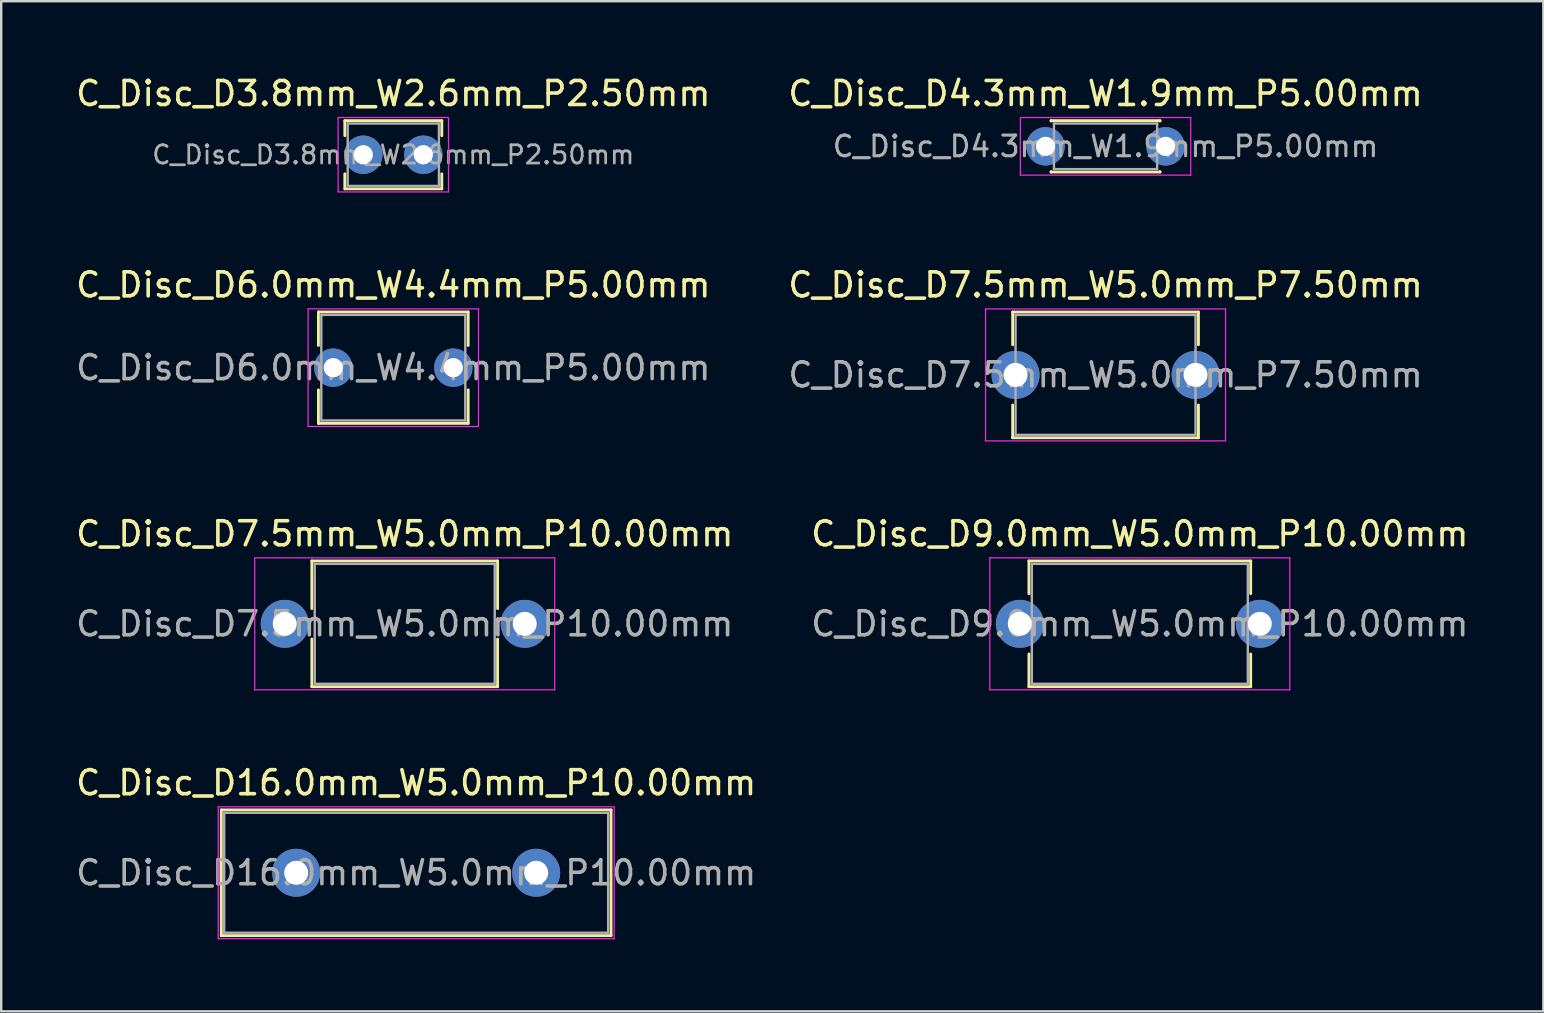
<source format=kicad_pcb>
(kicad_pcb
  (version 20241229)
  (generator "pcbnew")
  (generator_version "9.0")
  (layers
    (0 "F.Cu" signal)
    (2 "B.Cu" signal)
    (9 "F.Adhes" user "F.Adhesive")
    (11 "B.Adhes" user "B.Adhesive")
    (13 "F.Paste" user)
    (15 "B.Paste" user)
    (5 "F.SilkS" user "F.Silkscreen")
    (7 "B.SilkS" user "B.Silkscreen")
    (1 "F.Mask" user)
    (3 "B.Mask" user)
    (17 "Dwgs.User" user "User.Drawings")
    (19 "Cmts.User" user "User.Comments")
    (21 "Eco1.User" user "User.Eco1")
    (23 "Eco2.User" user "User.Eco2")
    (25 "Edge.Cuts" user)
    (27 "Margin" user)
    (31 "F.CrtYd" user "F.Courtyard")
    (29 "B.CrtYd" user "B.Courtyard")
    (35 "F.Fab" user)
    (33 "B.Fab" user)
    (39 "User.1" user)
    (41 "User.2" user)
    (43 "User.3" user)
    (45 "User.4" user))
  (footprint "C_Disc_D7.5mm_W5.0mm_P10.00mm"
    (layer "F.Cu")
    (at 8.815 22.945)
    (property "Reference" "C_Disc_D7.5mm_W5.0mm_P10.00mm" (at 5 -3.75 0) (layer "F.SilkS") (effects (font (size 1 1) (thickness 0.15))))
    (attr through_hole)
    (fp_line (start 1.13 -2.62) (end 1.13 -0.636) (stroke (width 0.12) (type solid)) (layer "F.SilkS"))
    (fp_line (start 1.13 -2.62) (end 8.87 -2.62) (stroke (width 0.12) (type solid)) (layer "F.SilkS"))
    (fp_line (start 1.13 0.636) (end 1.13 2.62) (stroke (width 0.12) (type solid)) (layer "F.SilkS"))
    (fp_line (start 1.13 2.62) (end 8.87 2.62) (stroke (width 0.12) (type solid)) (layer "F.SilkS"))
    (fp_line (start 8.87 -2.62) (end 8.87 -0.636) (stroke (width 0.12) (type solid)) (layer "F.SilkS"))
    (fp_line (start 8.87 0.636) (end 8.87 2.62) (stroke (width 0.12) (type solid)) (layer "F.SilkS"))
    (fp_line (start -1.25 -2.75) (end -1.25 2.75) (stroke (width 0.05) (type solid)) (layer "F.CrtYd"))
    (fp_line (start -1.25 2.75) (end 11.25 2.75) (stroke (width 0.05) (type solid)) (layer "F.CrtYd"))
    (fp_line (start 11.25 -2.75) (end -1.25 -2.75) (stroke (width 0.05) (type solid)) (layer "F.CrtYd"))
    (fp_line (start 11.25 2.75) (end 11.25 -2.75) (stroke (width 0.05) (type solid)) (layer "F.CrtYd"))
    (fp_line (start 1.25 -2.5) (end 1.25 2.5) (stroke (width 0.1) (type solid)) (layer "F.Fab"))
    (fp_line (start 1.25 2.5) (end 8.75 2.5) (stroke (width 0.1) (type solid)) (layer "F.Fab"))
    (fp_line (start 8.75 -2.5) (end 1.25 -2.5) (stroke (width 0.1) (type solid)) (layer "F.Fab"))
    (fp_line (start 8.75 2.5) (end 8.75 -2.5) (stroke (width 0.1) (type solid)) (layer "F.Fab"))
    (fp_text user "${REFERENCE}" (at 5 0 0) (layer "F.Fab") (effects (font (size 1 1) (thickness 0.15))))
    (pad "1" thru_hole circle (at 0 0) (size 2 2) (drill 1) (layers "*.Cu" "*.Mask"))
    (pad "2" thru_hole circle (at 10 0) (size 2 2) (drill 1) (layers "*.Cu" "*.Mask")))
  (footprint "C_Disc_D7.5mm_W5.0mm_P7.50mm"
    (layer "F.Cu")
    (at 39.268 12.572)
    (property "Reference" "C_Disc_D7.5mm_W5.0mm_P7.50mm" (at 3.75 -3.75 0) (layer "F.SilkS") (effects (font (size 1 1) (thickness 0.15))))
    (attr through_hole)
    (fp_line (start -0.12 -2.62) (end -0.12 -1.256) (stroke (width 0.12) (type solid)) (layer "F.SilkS"))
    (fp_line (start -0.12 -2.62) (end 7.62 -2.62) (stroke (width 0.12) (type solid)) (layer "F.SilkS"))
    (fp_line (start -0.12 1.256) (end -0.12 2.62) (stroke (width 0.12) (type solid)) (layer "F.SilkS"))
    (fp_line (start -0.12 2.62) (end 7.62 2.62) (stroke (width 0.12) (type solid)) (layer "F.SilkS"))
    (fp_line (start 7.62 -2.62) (end 7.62 -1.256) (stroke (width 0.12) (type solid)) (layer "F.SilkS"))
    (fp_line (start 7.62 1.256) (end 7.62 2.62) (stroke (width 0.12) (type solid)) (layer "F.SilkS"))
    (fp_line (start -1.25 -2.75) (end -1.25 2.75) (stroke (width 0.05) (type solid)) (layer "F.CrtYd"))
    (fp_line (start -1.25 2.75) (end 8.75 2.75) (stroke (width 0.05) (type solid)) (layer "F.CrtYd"))
    (fp_line (start 8.75 -2.75) (end -1.25 -2.75) (stroke (width 0.05) (type solid)) (layer "F.CrtYd"))
    (fp_line (start 8.75 2.75) (end 8.75 -2.75) (stroke (width 0.05) (type solid)) (layer "F.CrtYd"))
    (fp_line (start 0 -2.5) (end 0 2.5) (stroke (width 0.1) (type solid)) (layer "F.Fab"))
    (fp_line (start 0 2.5) (end 7.5 2.5) (stroke (width 0.1) (type solid)) (layer "F.Fab"))
    (fp_line (start 7.5 -2.5) (end 0 -2.5) (stroke (width 0.1) (type solid)) (layer "F.Fab"))
    (fp_line (start 7.5 2.5) (end 7.5 -2.5) (stroke (width 0.1) (type solid)) (layer "F.Fab"))
    (fp_text user "${REFERENCE}" (at 3.75 0 0) (layer "F.Fab") (effects (font (size 1 1) (thickness 0.15))))
    (pad "1" thru_hole circle (at 0 0) (size 2 2) (drill 1) (layers "*.Cu" "*.Mask"))
    (pad "2" thru_hole circle (at 7.5 0) (size 2 2) (drill 1) (layers "*.Cu" "*.Mask")))
  (footprint "C_Disc_D9.0mm_W5.0mm_P10.00mm"
    (layer "F.Cu")
    (at 39.446 22.945)
    (property "Reference" "C_Disc_D9.0mm_W5.0mm_P10.00mm" (at 5 -3.75 0) (layer "F.SilkS") (effects (font (size 1 1) (thickness 0.15))))
    (attr through_hole)
    (fp_line (start 0.38 -2.62) (end 0.38 -1.256) (stroke (width 0.12) (type solid)) (layer "F.SilkS"))
    (fp_line (start 0.38 -2.62) (end 9.62 -2.62) (stroke (width 0.12) (type solid)) (layer "F.SilkS"))
    (fp_line (start 0.38 1.256) (end 0.38 2.62) (stroke (width 0.12) (type solid)) (layer "F.SilkS"))
    (fp_line (start 0.38 2.62) (end 9.62 2.62) (stroke (width 0.12) (type solid)) (layer "F.SilkS"))
    (fp_line (start 9.62 -2.62) (end 9.62 -1.256) (stroke (width 0.12) (type solid)) (layer "F.SilkS"))
    (fp_line (start 9.62 1.256) (end 9.62 2.62) (stroke (width 0.12) (type solid)) (layer "F.SilkS"))
    (fp_line (start -1.25 -2.75) (end -1.25 2.75) (stroke (width 0.05) (type solid)) (layer "F.CrtYd"))
    (fp_line (start -1.25 2.75) (end 11.25 2.75) (stroke (width 0.05) (type solid)) (layer "F.CrtYd"))
    (fp_line (start 11.25 -2.75) (end -1.25 -2.75) (stroke (width 0.05) (type solid)) (layer "F.CrtYd"))
    (fp_line (start 11.25 2.75) (end 11.25 -2.75) (stroke (width 0.05) (type solid)) (layer "F.CrtYd"))
    (fp_line (start 0.5 -2.5) (end 0.5 2.5) (stroke (width 0.1) (type solid)) (layer "F.Fab"))
    (fp_line (start 0.5 2.5) (end 9.5 2.5) (stroke (width 0.1) (type solid)) (layer "F.Fab"))
    (fp_line (start 9.5 -2.5) (end 0.5 -2.5) (stroke (width 0.1) (type solid)) (layer "F.Fab"))
    (fp_line (start 9.5 2.5) (end 9.5 -2.5) (stroke (width 0.1) (type solid)) (layer "F.Fab"))
    (fp_text user "${REFERENCE}" (at 5 0 0) (layer "F.Fab") (effects (font (size 1 1) (thickness 0.15))))
    (pad "1" thru_hole circle (at 0 0) (size 2 2) (drill 1) (layers "*.Cu" "*.Mask"))
    (pad "2" thru_hole circle (at 10 0) (size 2 2) (drill 1) (layers "*.Cu" "*.Mask")))
  (footprint "C_Disc_D3.8mm_W2.6mm_P2.50mm"
    (layer "F.Cu")
    (at 12.089 3.398)
    (property "Reference" "C_Disc_D3.8mm_W2.6mm_P2.50mm" (at 1.25 -2.55 0) (layer "F.SilkS") (effects (font (size 1 1) (thickness 0.15))))
    (attr through_hole)
    (fp_line (start -0.77 -1.42) (end -0.77 -0.795) (stroke (width 0.12) (type solid)) (layer "F.SilkS"))
    (fp_line (start -0.77 -1.42) (end 3.27 -1.42) (stroke (width 0.12) (type solid)) (layer "F.SilkS"))
    (fp_line (start -0.77 0.795) (end -0.77 1.42) (stroke (width 0.12) (type solid)) (layer "F.SilkS"))
    (fp_line (start -0.77 1.42) (end 3.27 1.42) (stroke (width 0.12) (type solid)) (layer "F.SilkS"))
    (fp_line (start 3.27 -1.42) (end 3.27 -0.795) (stroke (width 0.12) (type solid)) (layer "F.SilkS"))
    (fp_line (start 3.27 0.795) (end 3.27 1.42) (stroke (width 0.12) (type solid)) (layer "F.SilkS"))
    (fp_line (start -1.05 -1.55) (end -1.05 1.55) (stroke (width 0.05) (type solid)) (layer "F.CrtYd"))
    (fp_line (start -1.05 1.55) (end 3.55 1.55) (stroke (width 0.05) (type solid)) (layer "F.CrtYd"))
    (fp_line (start 3.55 -1.55) (end -1.05 -1.55) (stroke (width 0.05) (type solid)) (layer "F.CrtYd"))
    (fp_line (start 3.55 1.55) (end 3.55 -1.55) (stroke (width 0.05) (type solid)) (layer "F.CrtYd"))
    (fp_line (start -0.65 -1.3) (end -0.65 1.3) (stroke (width 0.1) (type solid)) (layer "F.Fab"))
    (fp_line (start -0.65 1.3) (end 3.15 1.3) (stroke (width 0.1) (type solid)) (layer "F.Fab"))
    (fp_line (start 3.15 -1.3) (end -0.65 -1.3) (stroke (width 0.1) (type solid)) (layer "F.Fab"))
    (fp_line (start 3.15 1.3) (end 3.15 -1.3) (stroke (width 0.1) (type solid)) (layer "F.Fab"))
    (fp_text user "${REFERENCE}" (at 1.25 0 0) (layer "F.Fab") (effects (font (size 0.76 0.76) (thickness 0.114))))
    (pad "1" thru_hole circle (at 0 0) (size 1.6 1.6) (drill 0.8) (layers "*.Cu" "*.Mask"))
    (pad "2" thru_hole circle (at 2.5 0) (size 1.6 1.6) (drill 0.8) (layers "*.Cu" "*.Mask")))
  (footprint "C_Disc_D4.3mm_W1.9mm_P5.00mm"
    (layer "F.Cu")
    (at 40.518 3.048)
    (property "Reference" "C_Disc_D4.3mm_W1.9mm_P5.00mm" (at 2.5 -2.2 0) (layer "F.SilkS") (effects (font (size 1 1) (thickness 0.15))))
    (attr through_hole)
    (fp_line (start 0.23 -1.07) (end 0.23 -1.055) (stroke (width 0.12) (type solid)) (layer "F.SilkS"))
    (fp_line (start 0.23 -1.07) (end 4.77 -1.07) (stroke (width 0.12) (type solid)) (layer "F.SilkS"))
    (fp_line (start 0.23 1.055) (end 0.23 1.07) (stroke (width 0.12) (type solid)) (layer "F.SilkS"))
    (fp_line (start 0.23 1.07) (end 4.77 1.07) (stroke (width 0.12) (type solid)) (layer "F.SilkS"))
    (fp_line (start 4.77 -1.07) (end 4.77 -1.055) (stroke (width 0.12) (type solid)) (layer "F.SilkS"))
    (fp_line (start 4.77 1.055) (end 4.77 1.07) (stroke (width 0.12) (type solid)) (layer "F.SilkS"))
    (fp_line (start -1.05 -1.2) (end -1.05 1.2) (stroke (width 0.05) (type solid)) (layer "F.CrtYd"))
    (fp_line (start -1.05 1.2) (end 6.05 1.2) (stroke (width 0.05) (type solid)) (layer "F.CrtYd"))
    (fp_line (start 6.05 -1.2) (end -1.05 -1.2) (stroke (width 0.05) (type solid)) (layer "F.CrtYd"))
    (fp_line (start 6.05 1.2) (end 6.05 -1.2) (stroke (width 0.05) (type solid)) (layer "F.CrtYd"))
    (fp_line (start 0.35 -0.95) (end 0.35 0.95) (stroke (width 0.1) (type solid)) (layer "F.Fab"))
    (fp_line (start 0.35 0.95) (end 4.65 0.95) (stroke (width 0.1) (type solid)) (layer "F.Fab"))
    (fp_line (start 4.65 -0.95) (end 0.35 -0.95) (stroke (width 0.1) (type solid)) (layer "F.Fab"))
    (fp_line (start 4.65 0.95) (end 4.65 -0.95) (stroke (width 0.1) (type solid)) (layer "F.Fab"))
    (fp_text user "${REFERENCE}" (at 2.5 0 0) (layer "F.Fab") (effects (font (size 0.86 0.86) (thickness 0.129))))
    (pad "1" thru_hole circle (at 0 0) (size 1.6 1.6) (drill 0.8) (layers "*.Cu" "*.Mask"))
    (pad "2" thru_hole circle (at 5 0) (size 1.6 1.6) (drill 0.8) (layers "*.Cu" "*.Mask")))
  (footprint "C_Disc_D6.0mm_W4.4mm_P5.00mm"
    (layer "F.Cu")
    (at 10.839 12.271)
    (property "Reference" "C_Disc_D6.0mm_W4.4mm_P5.00mm" (at 2.5 -3.45 0) (layer "F.SilkS") (effects (font (size 1 1) (thickness 0.15))))
    (attr through_hole)
    (fp_line (start -0.62 -2.321) (end -0.62 -0.925) (stroke (width 0.12) (type solid)) (layer "F.SilkS"))
    (fp_line (start -0.62 -2.321) (end 5.62 -2.321) (stroke (width 0.12) (type solid)) (layer "F.SilkS"))
    (fp_line (start -0.62 0.925) (end -0.62 2.321) (stroke (width 0.12) (type solid)) (layer "F.SilkS"))
    (fp_line (start -0.62 2.321) (end 5.62 2.321) (stroke (width 0.12) (type solid)) (layer "F.SilkS"))
    (fp_line (start 5.62 -2.321) (end 5.62 -0.925) (stroke (width 0.12) (type solid)) (layer "F.SilkS"))
    (fp_line (start 5.62 0.925) (end 5.62 2.321) (stroke (width 0.12) (type solid)) (layer "F.SilkS"))
    (fp_line (start -1.05 -2.45) (end -1.05 2.45) (stroke (width 0.05) (type solid)) (layer "F.CrtYd"))
    (fp_line (start -1.05 2.45) (end 6.05 2.45) (stroke (width 0.05) (type solid)) (layer "F.CrtYd"))
    (fp_line (start 6.05 -2.45) (end -1.05 -2.45) (stroke (width 0.05) (type solid)) (layer "F.CrtYd"))
    (fp_line (start 6.05 2.45) (end 6.05 -2.45) (stroke (width 0.05) (type solid)) (layer "F.CrtYd"))
    (fp_line (start -0.5 -2.2) (end -0.5 2.2) (stroke (width 0.1) (type solid)) (layer "F.Fab"))
    (fp_line (start -0.5 2.2) (end 5.5 2.2) (stroke (width 0.1) (type solid)) (layer "F.Fab"))
    (fp_line (start 5.5 -2.2) (end -0.5 -2.2) (stroke (width 0.1) (type solid)) (layer "F.Fab"))
    (fp_line (start 5.5 2.2) (end 5.5 -2.2) (stroke (width 0.1) (type solid)) (layer "F.Fab"))
    (fp_text user "${REFERENCE}" (at 2.5 0 0) (layer "F.Fab") (effects (font (size 1 1) (thickness 0.15))))
    (pad "1" thru_hole circle (at 0 0) (size 1.6 1.6) (drill 0.8) (layers "*.Cu" "*.Mask"))
    (pad "2" thru_hole circle (at 5 0) (size 1.6 1.6) (drill 0.8) (layers "*.Cu" "*.Mask")))
  (footprint "C_Disc_D16.0mm_W5.0mm_P10.00mm"
    (layer "F.Cu")
    (at 9.292 33.318)
    (property "Reference" "C_Disc_D16.0mm_W5.0mm_P10.00mm" (at 5 -3.75 0) (layer "F.SilkS") (effects (font (size 1 1) (thickness 0.15))))
    (attr through_hole)
    (fp_line (start -3.12 -2.62) (end -3.12 2.62) (stroke (width 0.12) (type solid)) (layer "F.SilkS"))
    (fp_line (start -3.12 -2.62) (end 13.12 -2.62) (stroke (width 0.12) (type solid)) (layer "F.SilkS"))
    (fp_line (start -3.12 2.62) (end 13.12 2.62) (stroke (width 0.12) (type solid)) (layer "F.SilkS"))
    (fp_line (start 13.12 -2.62) (end 13.12 2.62) (stroke (width 0.12) (type solid)) (layer "F.SilkS"))
    (fp_line (start -3.25 -2.75) (end -3.25 2.75) (stroke (width 0.05) (type solid)) (layer "F.CrtYd"))
    (fp_line (start -3.25 2.75) (end 13.25 2.75) (stroke (width 0.05) (type solid)) (layer "F.CrtYd"))
    (fp_line (start 13.25 -2.75) (end -3.25 -2.75) (stroke (width 0.05) (type solid)) (layer "F.CrtYd"))
    (fp_line (start 13.25 2.75) (end 13.25 -2.75) (stroke (width 0.05) (type solid)) (layer "F.CrtYd"))
    (fp_line (start -3 -2.5) (end -3 2.5) (stroke (width 0.1) (type solid)) (layer "F.Fab"))
    (fp_line (start -3 2.5) (end 13 2.5) (stroke (width 0.1) (type solid)) (layer "F.Fab"))
    (fp_line (start 13 -2.5) (end -3 -2.5) (stroke (width 0.1) (type solid)) (layer "F.Fab"))
    (fp_line (start 13 2.5) (end 13 -2.5) (stroke (width 0.1) (type solid)) (layer "F.Fab"))
    (fp_text user "${REFERENCE}" (at 5 0 0) (layer "F.Fab") (effects (font (size 1 1) (thickness 0.15))))
    (pad "1" thru_hole circle (at 0 0) (size 2 2) (drill 1) (layers "*.Cu" "*.Mask"))
    (pad "2" thru_hole circle (at 10 0) (size 2 2) (drill 1) (layers "*.Cu" "*.Mask")))
  (gr_rect
    (start -3 -3)
    (end 61.262 39.093)
    (stroke (width 0.1) (type default))
    (fill no)
    (layer "Edge.Cuts")))
</source>
